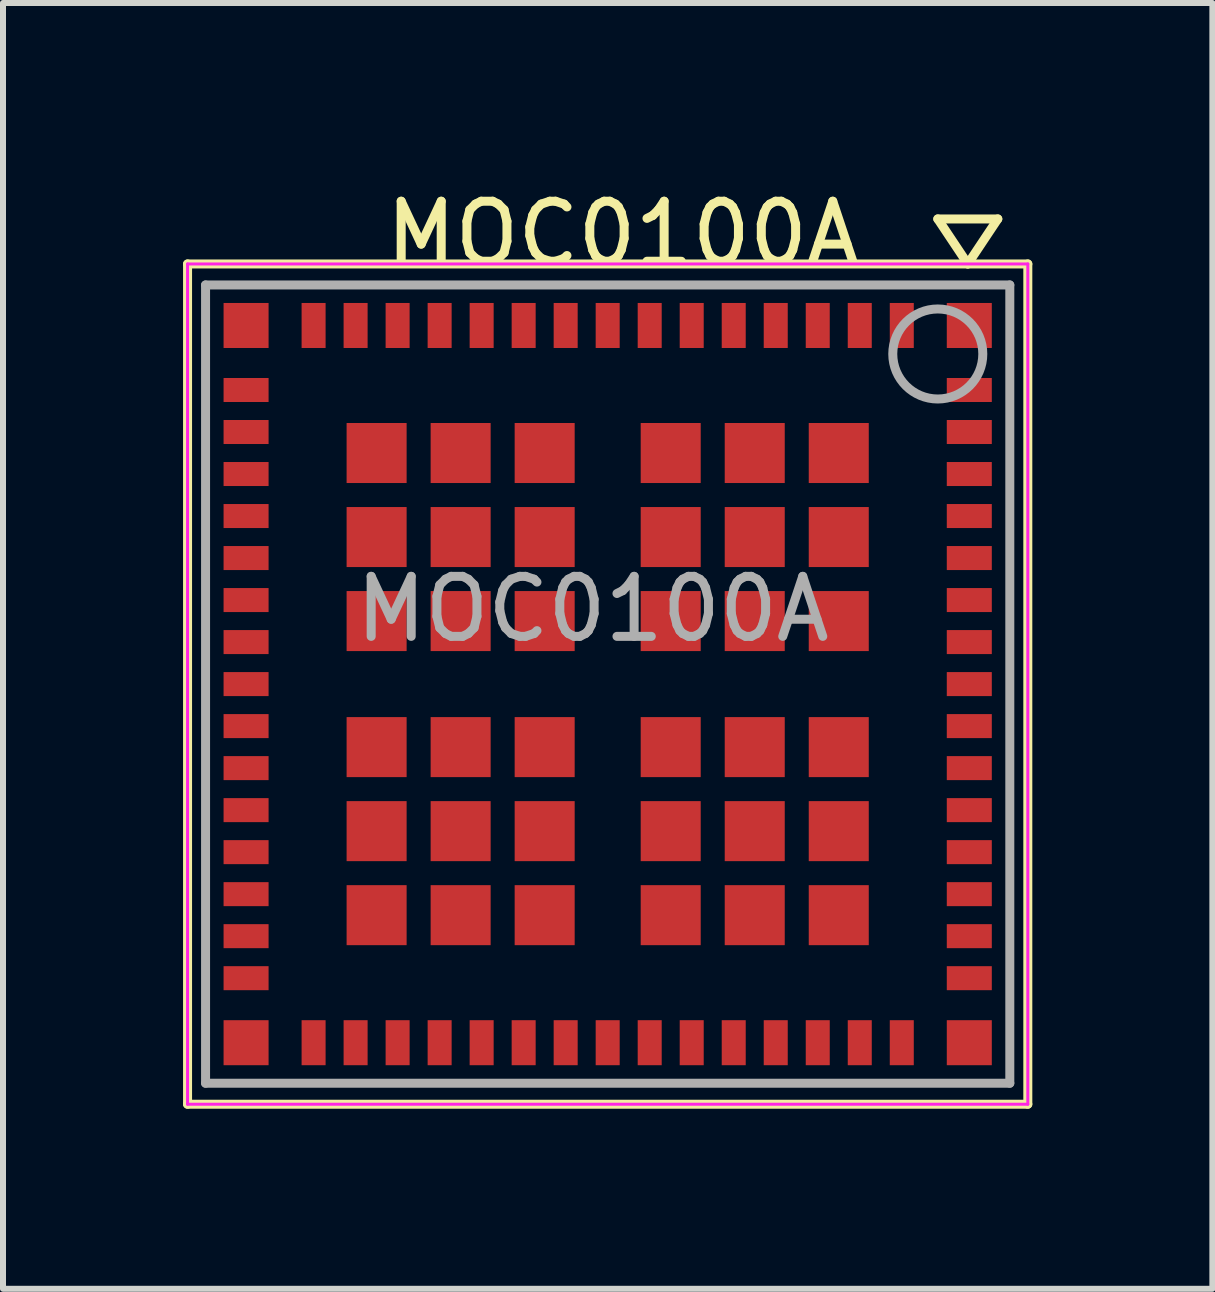
<source format=kicad_pcb>
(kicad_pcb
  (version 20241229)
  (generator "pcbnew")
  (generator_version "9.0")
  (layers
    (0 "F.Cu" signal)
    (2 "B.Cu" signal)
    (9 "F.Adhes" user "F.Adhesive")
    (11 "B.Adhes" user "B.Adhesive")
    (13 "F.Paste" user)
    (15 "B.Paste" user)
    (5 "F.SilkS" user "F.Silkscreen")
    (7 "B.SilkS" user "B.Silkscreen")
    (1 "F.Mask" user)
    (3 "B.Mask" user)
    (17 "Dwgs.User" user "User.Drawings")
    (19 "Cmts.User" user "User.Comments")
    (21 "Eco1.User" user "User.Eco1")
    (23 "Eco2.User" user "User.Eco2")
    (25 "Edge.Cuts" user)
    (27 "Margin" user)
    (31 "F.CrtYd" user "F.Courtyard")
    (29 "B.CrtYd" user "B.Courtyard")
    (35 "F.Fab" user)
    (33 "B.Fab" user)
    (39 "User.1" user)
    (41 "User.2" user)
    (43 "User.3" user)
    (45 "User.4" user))
  (footprint "MOC0100A"
    (layer "F.Cu")
    (at 7.075 8.348)
    (property "Reference" "MOC0100A" (at 0.25 -7.5 0) (layer "F.SilkS") (effects (font (size 1 1) (thickness 0.15))))
    (attr smd)
    (fp_line (start -7 -7) (end -7 7) (stroke (width 0.15) (type solid)) (layer "F.SilkS"))
    (fp_line (start -7 -7) (end 7 -7) (stroke (width 0.15) (type solid)) (layer "F.SilkS"))
    (fp_line (start 5.5 -7.75) (end 6.5 -7.75) (stroke (width 0.15) (type solid)) (layer "F.SilkS"))
    (fp_line (start 6 -7) (end 5.5 -7.75) (stroke (width 0.15) (type solid)) (layer "F.SilkS"))
    (fp_line (start 6.5 -7.75) (end 6 -7) (stroke (width 0.15) (type solid)) (layer "F.SilkS"))
    (fp_line (start 7 -7) (end 7 7) (stroke (width 0.15) (type solid)) (layer "F.SilkS"))
    (fp_line (start 7 7) (end -7 7) (stroke (width 0.15) (type solid)) (layer "F.SilkS"))
    (fp_line (start -7 -7) (end -7 7) (stroke (width 0.05) (type solid)) (layer "F.CrtYd"))
    (fp_line (start -7 -7) (end 7 -7) (stroke (width 0.05) (type solid)) (layer "F.CrtYd"))
    (fp_line (start -7 7) (end 7 7) (stroke (width 0.05) (type solid)) (layer "F.CrtYd"))
    (fp_line (start 7 -7) (end 7 7) (stroke (width 0.05) (type solid)) (layer "F.CrtYd"))
    (fp_line (start -6.7 -6.65) (end 6.7 -6.65) (stroke (width 0.15) (type solid)) (layer "F.Fab"))
    (fp_line (start -6.7 6.65) (end -6.7 -6.65) (stroke (width 0.15) (type solid)) (layer "F.Fab"))
    (fp_line (start 6.7 -6.65) (end 6.7 6.65) (stroke (width 0.15) (type solid)) (layer "F.Fab"))
    (fp_line (start 6.7 6.65) (end -6.7 6.65) (stroke (width 0.15) (type solid)) (layer "F.Fab"))
    (fp_circle (center 5.5 -5.5) (end 6.25 -5.5) (stroke (width 0.15) (type solid)) (fill no) (layer "F.Fab"))
    (fp_text user "${REFERENCE}" (at -0.25 -1.25 0) (layer "F.Fab") (effects (font (size 1 1) (thickness 0.15))))
    (pad "1" smd rect (at 6.025 -5.975) (size 0.75 0.75) (layers "F.Cu" "F.Mask" "F.Paste"))
    (pad "2" smd rect (at 4.9 -5.975) (size 0.4 0.75) (layers "F.Cu" "F.Mask" "F.Paste"))
    (pad "3" smd rect (at 4.2 -5.975) (size 0.4 0.75) (layers "F.Cu" "F.Mask" "F.Paste"))
    (pad "4" smd rect (at 3.5 -5.975) (size 0.4 0.75) (layers "F.Cu" "F.Mask" "F.Paste"))
    (pad "5" smd rect (at 2.8 -5.975) (size 0.4 0.75) (layers "F.Cu" "F.Mask" "F.Paste"))
    (pad "6" smd rect (at 2.1 -5.975) (size 0.4 0.75) (layers "F.Cu" "F.Mask" "F.Paste"))
    (pad "7" smd rect (at 1.4 -5.975) (size 0.4 0.75) (layers "F.Cu" "F.Mask" "F.Paste"))
    (pad "8" smd rect (at 0.7 -5.975) (size 0.4 0.75) (layers "F.Cu" "F.Mask" "F.Paste"))
    (pad "9" smd rect (at 0 -5.975) (size 0.4 0.75) (layers "F.Cu" "F.Mask" "F.Paste"))
    (pad "10" smd rect (at -0.7 -5.975) (size 0.4 0.75) (layers "F.Cu" "F.Mask" "F.Paste"))
    (pad "11" smd rect (at -1.4 -5.975) (size 0.4 0.75) (layers "F.Cu" "F.Mask" "F.Paste"))
    (pad "12" smd rect (at -2.1 -5.975) (size 0.4 0.75) (layers "F.Cu" "F.Mask" "F.Paste"))
    (pad "13" smd rect (at -2.8 -5.975) (size 0.4 0.75) (layers "F.Cu" "F.Mask" "F.Paste"))
    (pad "14" smd rect (at -3.5 -5.975) (size 0.4 0.75) (layers "F.Cu" "F.Mask" "F.Paste"))
    (pad "15" smd rect (at -4.2 -5.975) (size 0.4 0.75) (layers "F.Cu" "F.Mask" "F.Paste"))
    (pad "16" smd rect (at -4.9 -5.975) (size 0.4 0.75) (layers "F.Cu" "F.Mask" "F.Paste"))
    (pad "17" smd rect (at -6.025 -5.975) (size 0.75 0.75) (layers "F.Cu" "F.Mask" "F.Paste"))
    (pad "18" smd rect (at -6.025 -4.9) (size 0.75 0.4) (layers "F.Cu" "F.Mask" "F.Paste"))
    (pad "19" smd rect (at -6.025 -4.2) (size 0.75 0.4) (layers "F.Cu" "F.Mask" "F.Paste"))
    (pad "20" smd rect (at -6.025 -3.5) (size 0.75 0.4) (layers "F.Cu" "F.Mask" "F.Paste"))
    (pad "21" smd rect (at -6.025 -2.8) (size 0.75 0.4) (layers "F.Cu" "F.Mask" "F.Paste"))
    (pad "22" smd rect (at -6.025 -2.1) (size 0.75 0.4) (layers "F.Cu" "F.Mask" "F.Paste"))
    (pad "23" smd rect (at -6.025 -1.4) (size 0.75 0.4) (layers "F.Cu" "F.Mask" "F.Paste"))
    (pad "24" smd rect (at -6.025 -0.7) (size 0.75 0.4) (layers "F.Cu" "F.Mask" "F.Paste"))
    (pad "25" smd rect (at -6.025 0) (size 0.75 0.4) (layers "F.Cu" "F.Mask" "F.Paste"))
    (pad "26" smd rect (at -6.025 0.7) (size 0.75 0.4) (layers "F.Cu" "F.Mask" "F.Paste"))
    (pad "27" smd rect (at -6.025 1.4) (size 0.75 0.4) (layers "F.Cu" "F.Mask" "F.Paste"))
    (pad "28" smd rect (at -6.025 2.1) (size 0.75 0.4) (layers "F.Cu" "F.Mask" "F.Paste"))
    (pad "29" smd rect (at -6.025 2.8) (size 0.75 0.4) (layers "F.Cu" "F.Mask" "F.Paste"))
    (pad "30" smd rect (at -6.025 3.5) (size 0.75 0.4) (layers "F.Cu" "F.Mask" "F.Paste"))
    (pad "31" smd rect (at -6.025 4.2) (size 0.75 0.4) (layers "F.Cu" "F.Mask" "F.Paste"))
    (pad "32" smd rect (at -6.025 4.9) (size 0.75 0.4) (layers "F.Cu" "F.Mask" "F.Paste"))
    (pad "33" smd rect (at -6.025 5.975) (size 0.75 0.75) (layers "F.Cu" "F.Mask" "F.Paste"))
    (pad "34" smd rect (at -4.9 5.975) (size 0.4 0.75) (layers "F.Cu" "F.Mask" "F.Paste"))
    (pad "35" smd rect (at -4.2 5.975) (size 0.4 0.75) (layers "F.Cu" "F.Mask" "F.Paste"))
    (pad "36" smd rect (at -3.5 5.975) (size 0.4 0.75) (layers "F.Cu" "F.Mask" "F.Paste"))
    (pad "37" smd rect (at -2.8 5.975) (size 0.4 0.75) (layers "F.Cu" "F.Mask" "F.Paste"))
    (pad "38" smd rect (at -2.1 5.975) (size 0.4 0.75) (layers "F.Cu" "F.Mask" "F.Paste"))
    (pad "39" smd rect (at -1.4 5.975) (size 0.4 0.75) (layers "F.Cu" "F.Mask" "F.Paste"))
    (pad "40" smd rect (at -0.7 5.975) (size 0.4 0.75) (layers "F.Cu" "F.Mask" "F.Paste"))
    (pad "41" smd rect (at 0 5.975) (size 0.4 0.75) (layers "F.Cu" "F.Mask" "F.Paste"))
    (pad "42" smd rect (at 0.7 5.975) (size 0.4 0.75) (layers "F.Cu" "F.Mask" "F.Paste"))
    (pad "43" smd rect (at 1.4 5.975) (size 0.4 0.75) (layers "F.Cu" "F.Mask" "F.Paste"))
    (pad "44" smd rect (at 2.1 5.975) (size 0.4 0.75) (layers "F.Cu" "F.Mask" "F.Paste"))
    (pad "45" smd rect (at 2.8 5.975) (size 0.4 0.75) (layers "F.Cu" "F.Mask" "F.Paste"))
    (pad "46" smd rect (at 3.5 5.975) (size 0.4 0.75) (layers "F.Cu" "F.Mask" "F.Paste"))
    (pad "47" smd rect (at 4.2 5.975) (size 0.4 0.75) (layers "F.Cu" "F.Mask" "F.Paste"))
    (pad "48" smd rect (at 4.9 5.975) (size 0.4 0.75) (layers "F.Cu" "F.Mask" "F.Paste"))
    (pad "49" smd rect (at 6.025 5.975) (size 0.75 0.75) (layers "F.Cu" "F.Mask" "F.Paste"))
    (pad "50" smd rect (at -3.85 -3.85) (size 1 1) (layers "F.Cu" "F.Mask" "F.Paste"))
    (pad "50" smd rect (at -3.85 -2.45) (size 1 1) (layers "F.Cu" "F.Mask" "F.Paste"))
    (pad "50" smd rect (at -3.85 -1.05) (size 1 1) (layers "F.Cu" "F.Mask" "F.Paste"))
    (pad "50" smd rect (at -3.85 1.05) (size 1 1) (layers "F.Cu" "F.Mask" "F.Paste"))
    (pad "50" smd rect (at -3.85 2.45) (size 1 1) (layers "F.Cu" "F.Mask" "F.Paste"))
    (pad "50" smd rect (at -3.85 3.85) (size 1 1) (layers "F.Cu" "F.Mask" "F.Paste"))
    (pad "50" smd rect (at -2.45 -3.85) (size 1 1) (layers "F.Cu" "F.Mask" "F.Paste"))
    (pad "50" smd rect (at -2.45 -2.45) (size 1 1) (layers "F.Cu" "F.Mask" "F.Paste"))
    (pad "50" smd rect (at -2.45 -1.05) (size 1 1) (layers "F.Cu" "F.Mask" "F.Paste"))
    (pad "50" smd rect (at -2.45 1.05) (size 1 1) (layers "F.Cu" "F.Mask" "F.Paste"))
    (pad "50" smd rect (at -2.45 2.45) (size 1 1) (layers "F.Cu" "F.Mask" "F.Paste"))
    (pad "50" smd rect (at -2.45 3.85) (size 1 1) (layers "F.Cu" "F.Mask" "F.Paste"))
    (pad "50" smd rect (at -1.05 -3.85) (size 1 1) (layers "F.Cu" "F.Mask" "F.Paste"))
    (pad "50" smd rect (at -1.05 -2.45) (size 1 1) (layers "F.Cu" "F.Mask" "F.Paste"))
    (pad "50" smd rect (at -1.05 -1.05) (size 1 1) (layers "F.Cu" "F.Mask" "F.Paste"))
    (pad "50" smd rect (at -1.05 1.05) (size 1 1) (layers "F.Cu" "F.Mask" "F.Paste"))
    (pad "50" smd rect (at -1.05 2.45) (size 1 1) (layers "F.Cu" "F.Mask" "F.Paste"))
    (pad "50" smd rect (at -1.05 3.85) (size 1 1) (layers "F.Cu" "F.Mask" "F.Paste"))
    (pad "50" smd rect (at 1.05 -3.85) (size 1 1) (layers "F.Cu" "F.Mask" "F.Paste"))
    (pad "50" smd rect (at 1.05 -2.45) (size 1 1) (layers "F.Cu" "F.Mask" "F.Paste"))
    (pad "50" smd rect (at 1.05 -1.05) (size 1 1) (layers "F.Cu" "F.Mask" "F.Paste"))
    (pad "50" smd rect (at 1.05 1.05) (size 1 1) (layers "F.Cu" "F.Mask" "F.Paste"))
    (pad "50" smd rect (at 1.05 2.45) (size 1 1) (layers "F.Cu" "F.Mask" "F.Paste"))
    (pad "50" smd rect (at 1.05 3.85) (size 1 1) (layers "F.Cu" "F.Mask" "F.Paste"))
    (pad "50" smd rect (at 2.45 -3.85) (size 1 1) (layers "F.Cu" "F.Mask" "F.Paste"))
    (pad "50" smd rect (at 2.45 -2.45) (size 1 1) (layers "F.Cu" "F.Mask" "F.Paste"))
    (pad "50" smd rect (at 2.45 -1.05) (size 1 1) (layers "F.Cu" "F.Mask" "F.Paste"))
    (pad "50" smd rect (at 2.45 1.05) (size 1 1) (layers "F.Cu" "F.Mask" "F.Paste"))
    (pad "50" smd rect (at 2.45 2.45) (size 1 1) (layers "F.Cu" "F.Mask" "F.Paste"))
    (pad "50" smd rect (at 2.45 3.85) (size 1 1) (layers "F.Cu" "F.Mask" "F.Paste"))
    (pad "50" smd rect (at 3.85 -3.85) (size 1 1) (layers "F.Cu" "F.Mask" "F.Paste"))
    (pad "50" smd rect (at 3.85 -2.45) (size 1 1) (layers "F.Cu" "F.Mask" "F.Paste"))
    (pad "50" smd rect (at 3.85 -1.05) (size 1 1) (layers "F.Cu" "F.Mask" "F.Paste"))
    (pad "50" smd rect (at 3.85 1.05) (size 1 1) (layers "F.Cu" "F.Mask" "F.Paste"))
    (pad "50" smd rect (at 3.85 2.45) (size 1 1) (layers "F.Cu" "F.Mask" "F.Paste"))
    (pad "50" smd rect (at 3.85 3.85) (size 1 1) (layers "F.Cu" "F.Mask" "F.Paste"))
    (pad "50" smd rect (at 6.025 4.9) (size 0.75 0.4) (layers "F.Cu" "F.Mask" "F.Paste"))
    (pad "51" smd rect (at 6.025 4.2) (size 0.75 0.4) (layers "F.Cu" "F.Mask" "F.Paste"))
    (pad "52" smd rect (at 6.025 3.5) (size 0.75 0.4) (layers "F.Cu" "F.Mask" "F.Paste"))
    (pad "53" smd rect (at 6.025 2.8) (size 0.75 0.4) (layers "F.Cu" "F.Mask" "F.Paste"))
    (pad "54" smd rect (at 6.025 2.1) (size 0.75 0.4) (layers "F.Cu" "F.Mask" "F.Paste"))
    (pad "55" smd rect (at 6.025 1.4) (size 0.75 0.4) (layers "F.Cu" "F.Mask" "F.Paste"))
    (pad "56" smd rect (at 6.025 0.7) (size 0.75 0.4) (layers "F.Cu" "F.Mask" "F.Paste"))
    (pad "57" smd rect (at 6.025 0) (size 0.75 0.4) (layers "F.Cu" "F.Mask" "F.Paste"))
    (pad "58" smd rect (at 6.025 -0.7) (size 0.75 0.4) (layers "F.Cu" "F.Mask" "F.Paste"))
    (pad "59" smd rect (at 6.025 -1.4) (size 0.75 0.4) (layers "F.Cu" "F.Mask" "F.Paste"))
    (pad "60" smd rect (at 6.025 -2.1) (size 0.75 0.4) (layers "F.Cu" "F.Mask" "F.Paste"))
    (pad "61" smd rect (at 6.025 -2.8) (size 0.75 0.4) (layers "F.Cu" "F.Mask" "F.Paste"))
    (pad "62" smd rect (at 6.025 -3.5) (size 0.75 0.4) (layers "F.Cu" "F.Mask" "F.Paste"))
    (pad "63" smd rect (at 6.025 -4.2) (size 0.75 0.4) (layers "F.Cu" "F.Mask" "F.Paste"))
    (pad "64" smd rect (at 6.025 -4.9) (size 0.75 0.4) (layers "F.Cu" "F.Mask" "F.Paste")))
  (gr_rect
    (start -3 -3)
    (end 17.15 18.423)
    (stroke (width 0.1) (type default))
    (fill no)
    (layer "Edge.Cuts")))
</source>
